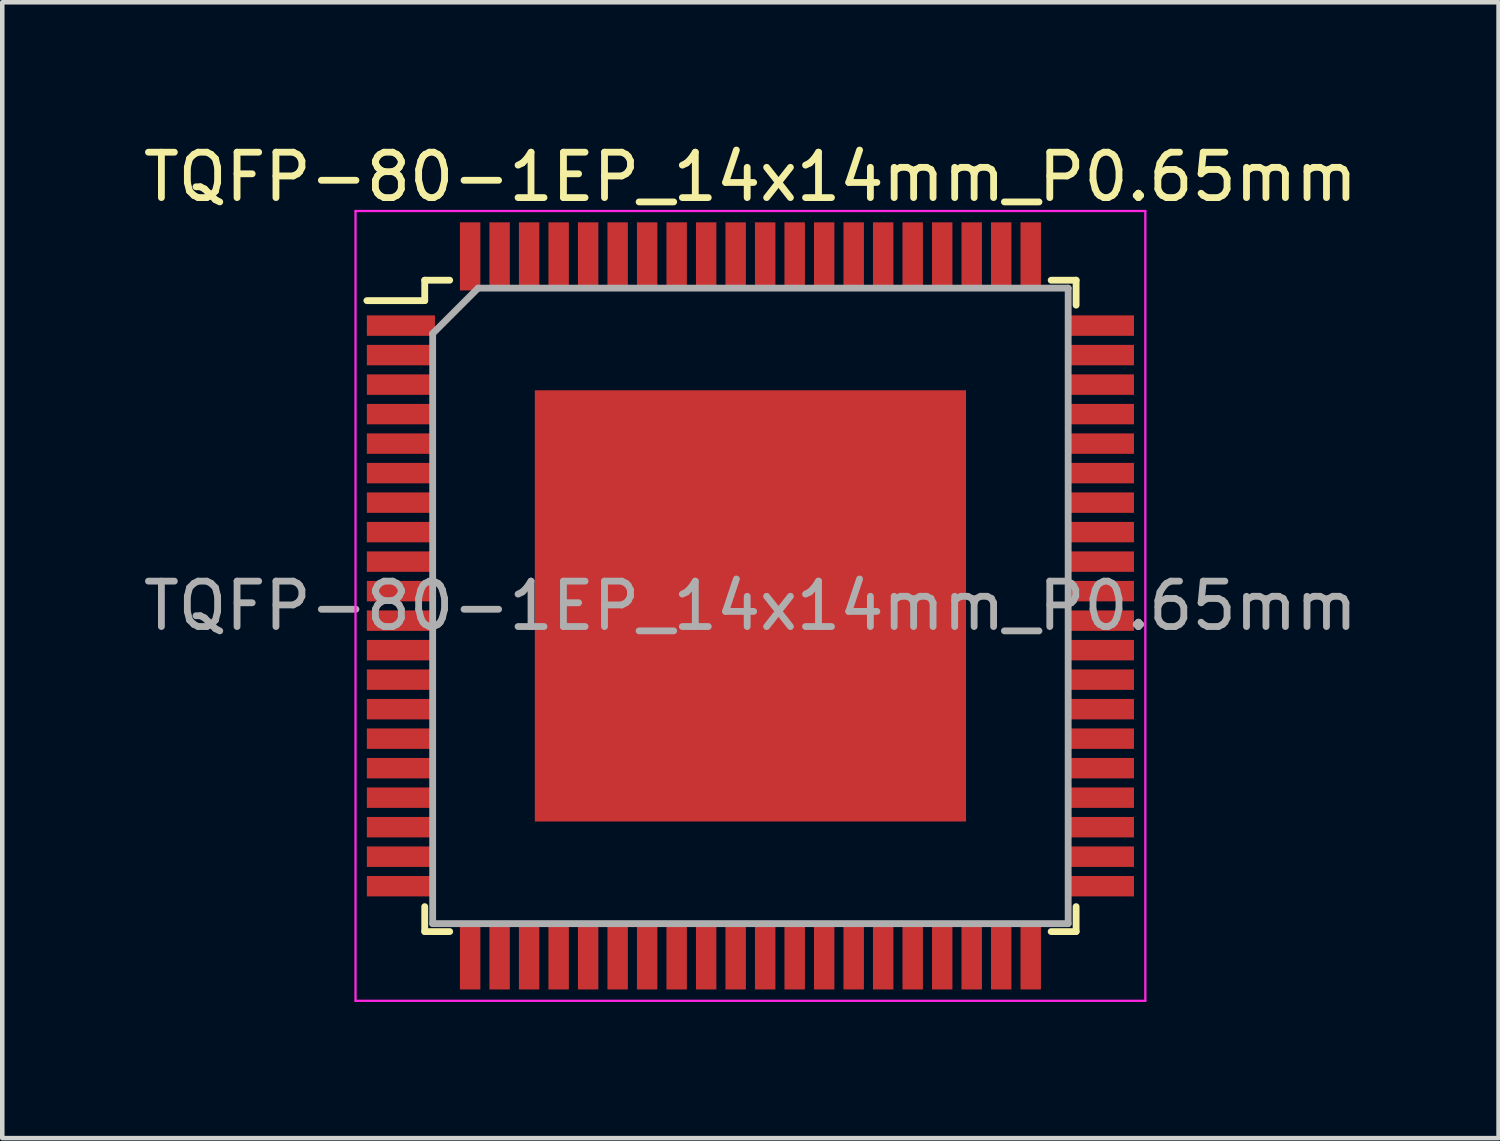
<source format=kicad_pcb>
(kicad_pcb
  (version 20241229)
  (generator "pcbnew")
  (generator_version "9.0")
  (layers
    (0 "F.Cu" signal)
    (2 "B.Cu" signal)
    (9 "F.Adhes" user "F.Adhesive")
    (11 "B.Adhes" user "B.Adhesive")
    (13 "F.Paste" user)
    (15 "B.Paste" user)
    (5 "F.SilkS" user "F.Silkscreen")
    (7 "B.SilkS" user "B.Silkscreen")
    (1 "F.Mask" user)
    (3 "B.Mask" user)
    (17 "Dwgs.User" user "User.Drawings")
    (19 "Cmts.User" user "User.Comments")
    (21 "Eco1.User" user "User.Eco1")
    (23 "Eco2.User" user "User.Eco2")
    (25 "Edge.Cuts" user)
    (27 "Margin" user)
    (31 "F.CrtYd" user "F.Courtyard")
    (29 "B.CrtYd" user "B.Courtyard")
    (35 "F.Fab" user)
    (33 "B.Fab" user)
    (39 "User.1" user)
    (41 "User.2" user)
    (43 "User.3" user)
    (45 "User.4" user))
  (footprint "TQFP-80-1EP_14x14mm_P0.65mm"
    (layer "F.Cu")
    (at 13.482 10.298)
    (property "Reference" "TQFP-80-1EP_14x14mm_P0.65mm" (at 0 -9.45 0) (layer "F.SilkS") (effects (font (size 1 1) (thickness 0.15))))
    (attr smd)
    (fp_line (start -7.175 -7.175) (end -7.175 -6.725) (stroke (width 0.15) (type solid)) (layer "F.SilkS"))
    (fp_line (start -7.175 -7.175) (end -6.625 -7.175) (stroke (width 0.15) (type solid)) (layer "F.SilkS"))
    (fp_line (start -7.175 -6.725) (end -8.45 -6.725) (stroke (width 0.15) (type solid)) (layer "F.SilkS"))
    (fp_line (start -7.175 7.175) (end -7.175 6.625) (stroke (width 0.15) (type solid)) (layer "F.SilkS"))
    (fp_line (start -7.175 7.175) (end -6.625 7.175) (stroke (width 0.15) (type solid)) (layer "F.SilkS"))
    (fp_line (start 7.175 -7.175) (end 6.625 -7.175) (stroke (width 0.15) (type solid)) (layer "F.SilkS"))
    (fp_line (start 7.175 -7.175) (end 7.175 -6.625) (stroke (width 0.15) (type solid)) (layer "F.SilkS"))
    (fp_line (start 7.175 7.175) (end 6.625 7.175) (stroke (width 0.15) (type solid)) (layer "F.SilkS"))
    (fp_line (start 7.175 7.175) (end 7.175 6.625) (stroke (width 0.15) (type solid)) (layer "F.SilkS"))
    (fp_line (start -8.7 -8.7) (end -8.7 8.7) (stroke (width 0.05) (type solid)) (layer "F.CrtYd"))
    (fp_line (start -8.7 -8.7) (end 8.7 -8.7) (stroke (width 0.05) (type solid)) (layer "F.CrtYd"))
    (fp_line (start -8.7 8.7) (end 8.7 8.7) (stroke (width 0.05) (type solid)) (layer "F.CrtYd"))
    (fp_line (start 8.7 -8.7) (end 8.7 8.7) (stroke (width 0.05) (type solid)) (layer "F.CrtYd"))
    (fp_line (start -7 -6) (end -6 -7) (stroke (width 0.15) (type solid)) (layer "F.Fab"))
    (fp_line (start -7 7) (end -7 -6) (stroke (width 0.15) (type solid)) (layer "F.Fab"))
    (fp_line (start -6 -7) (end 7 -7) (stroke (width 0.15) (type solid)) (layer "F.Fab"))
    (fp_line (start 7 -7) (end 7 7) (stroke (width 0.15) (type solid)) (layer "F.Fab"))
    (fp_line (start 7 7) (end -7 7) (stroke (width 0.15) (type solid)) (layer "F.Fab"))
    (fp_text user "${REFERENCE}" (at 0 0 0) (layer "F.Fab") (effects (font (size 1 1) (thickness 0.15))))
    (pad "" smd rect (at -2.375 -2.375) (size 3.8 3.8) (layers "F.Paste"))
    (pad "" smd rect (at -2.375 2.375) (size 3.8 3.8) (layers "F.Paste"))
    (pad "" smd rect (at 2.375 -2.375) (size 3.8 3.8) (layers "F.Paste"))
    (pad "" smd rect (at 2.375 2.375) (size 3.8 3.8) (layers "F.Paste"))
    (pad "1" smd rect (at -7.7 -6.175) (size 1.5 0.45) (layers "F.Cu" "F.Mask" "F.Paste"))
    (pad "2" smd rect (at -7.7 -5.525) (size 1.5 0.45) (layers "F.Cu" "F.Mask" "F.Paste"))
    (pad "3" smd rect (at -7.7 -4.875) (size 1.5 0.45) (layers "F.Cu" "F.Mask" "F.Paste"))
    (pad "4" smd rect (at -7.7 -4.225) (size 1.5 0.45) (layers "F.Cu" "F.Mask" "F.Paste"))
    (pad "5" smd rect (at -7.7 -3.575) (size 1.5 0.45) (layers "F.Cu" "F.Mask" "F.Paste"))
    (pad "6" smd rect (at -7.7 -2.925) (size 1.5 0.45) (layers "F.Cu" "F.Mask" "F.Paste"))
    (pad "7" smd rect (at -7.7 -2.275) (size 1.5 0.45) (layers "F.Cu" "F.Mask" "F.Paste"))
    (pad "8" smd rect (at -7.7 -1.625) (size 1.5 0.45) (layers "F.Cu" "F.Mask" "F.Paste"))
    (pad "9" smd rect (at -7.7 -0.975) (size 1.5 0.45) (layers "F.Cu" "F.Mask" "F.Paste"))
    (pad "10" smd rect (at -7.7 -0.325) (size 1.5 0.45) (layers "F.Cu" "F.Mask" "F.Paste"))
    (pad "11" smd rect (at -7.7 0.325) (size 1.5 0.45) (layers "F.Cu" "F.Mask" "F.Paste"))
    (pad "12" smd rect (at -7.7 0.975) (size 1.5 0.45) (layers "F.Cu" "F.Mask" "F.Paste"))
    (pad "13" smd rect (at -7.7 1.625) (size 1.5 0.45) (layers "F.Cu" "F.Mask" "F.Paste"))
    (pad "14" smd rect (at -7.7 2.275) (size 1.5 0.45) (layers "F.Cu" "F.Mask" "F.Paste"))
    (pad "15" smd rect (at -7.7 2.925) (size 1.5 0.45) (layers "F.Cu" "F.Mask" "F.Paste"))
    (pad "16" smd rect (at -7.7 3.575) (size 1.5 0.45) (layers "F.Cu" "F.Mask" "F.Paste"))
    (pad "17" smd rect (at -7.7 4.225) (size 1.5 0.45) (layers "F.Cu" "F.Mask" "F.Paste"))
    (pad "18" smd rect (at -7.7 4.875) (size 1.5 0.45) (layers "F.Cu" "F.Mask" "F.Paste"))
    (pad "19" smd rect (at -7.7 5.525) (size 1.5 0.45) (layers "F.Cu" "F.Mask" "F.Paste"))
    (pad "20" smd rect (at -7.7 6.175) (size 1.5 0.45) (layers "F.Cu" "F.Mask" "F.Paste"))
    (pad "21" smd rect (at -6.175 7.7 90) (size 1.5 0.45) (layers "F.Cu" "F.Mask" "F.Paste"))
    (pad "22" smd rect (at -5.525 7.7 90) (size 1.5 0.45) (layers "F.Cu" "F.Mask" "F.Paste"))
    (pad "23" smd rect (at -4.875 7.7 90) (size 1.5 0.45) (layers "F.Cu" "F.Mask" "F.Paste"))
    (pad "24" smd rect (at -4.225 7.7 90) (size 1.5 0.45) (layers "F.Cu" "F.Mask" "F.Paste"))
    (pad "25" smd rect (at -3.575 7.7 90) (size 1.5 0.45) (layers "F.Cu" "F.Mask" "F.Paste"))
    (pad "26" smd rect (at -2.925 7.7 90) (size 1.5 0.45) (layers "F.Cu" "F.Mask" "F.Paste"))
    (pad "27" smd rect (at -2.275 7.7 90) (size 1.5 0.45) (layers "F.Cu" "F.Mask" "F.Paste"))
    (pad "28" smd rect (at -1.625 7.7 90) (size 1.5 0.45) (layers "F.Cu" "F.Mask" "F.Paste"))
    (pad "29" smd rect (at -0.975 7.7 90) (size 1.5 0.45) (layers "F.Cu" "F.Mask" "F.Paste"))
    (pad "30" smd rect (at -0.325 7.7 90) (size 1.5 0.45) (layers "F.Cu" "F.Mask" "F.Paste"))
    (pad "31" smd rect (at 0.325 7.7 90) (size 1.5 0.45) (layers "F.Cu" "F.Mask" "F.Paste"))
    (pad "32" smd rect (at 0.975 7.7 90) (size 1.5 0.45) (layers "F.Cu" "F.Mask" "F.Paste"))
    (pad "33" smd rect (at 1.625 7.7 90) (size 1.5 0.45) (layers "F.Cu" "F.Mask" "F.Paste"))
    (pad "34" smd rect (at 2.275 7.7 90) (size 1.5 0.45) (layers "F.Cu" "F.Mask" "F.Paste"))
    (pad "35" smd rect (at 2.925 7.7 90) (size 1.5 0.45) (layers "F.Cu" "F.Mask" "F.Paste"))
    (pad "36" smd rect (at 3.575 7.7 90) (size 1.5 0.45) (layers "F.Cu" "F.Mask" "F.Paste"))
    (pad "37" smd rect (at 4.225 7.7 90) (size 1.5 0.45) (layers "F.Cu" "F.Mask" "F.Paste"))
    (pad "38" smd rect (at 4.875 7.7 90) (size 1.5 0.45) (layers "F.Cu" "F.Mask" "F.Paste"))
    (pad "39" smd rect (at 5.525 7.7 90) (size 1.5 0.45) (layers "F.Cu" "F.Mask" "F.Paste"))
    (pad "40" smd rect (at 6.175 7.7 90) (size 1.5 0.45) (layers "F.Cu" "F.Mask" "F.Paste"))
    (pad "41" smd rect (at 7.7 6.175) (size 1.5 0.45) (layers "F.Cu" "F.Mask" "F.Paste"))
    (pad "42" smd rect (at 7.7 5.525) (size 1.5 0.45) (layers "F.Cu" "F.Mask" "F.Paste"))
    (pad "43" smd rect (at 7.7 4.875) (size 1.5 0.45) (layers "F.Cu" "F.Mask" "F.Paste"))
    (pad "44" smd rect (at 7.7 4.225) (size 1.5 0.45) (layers "F.Cu" "F.Mask" "F.Paste"))
    (pad "45" smd rect (at 7.7 3.575) (size 1.5 0.45) (layers "F.Cu" "F.Mask" "F.Paste"))
    (pad "46" smd rect (at 7.7 2.925) (size 1.5 0.45) (layers "F.Cu" "F.Mask" "F.Paste"))
    (pad "47" smd rect (at 7.7 2.275) (size 1.5 0.45) (layers "F.Cu" "F.Mask" "F.Paste"))
    (pad "48" smd rect (at 7.7 1.625) (size 1.5 0.45) (layers "F.Cu" "F.Mask" "F.Paste"))
    (pad "49" smd rect (at 7.7 0.975) (size 1.5 0.45) (layers "F.Cu" "F.Mask" "F.Paste"))
    (pad "50" smd rect (at 7.7 0.325) (size 1.5 0.45) (layers "F.Cu" "F.Mask" "F.Paste"))
    (pad "51" smd rect (at 7.7 -0.325) (size 1.5 0.45) (layers "F.Cu" "F.Mask" "F.Paste"))
    (pad "52" smd rect (at 7.7 -0.975) (size 1.5 0.45) (layers "F.Cu" "F.Mask" "F.Paste"))
    (pad "53" smd rect (at 7.7 -1.625) (size 1.5 0.45) (layers "F.Cu" "F.Mask" "F.Paste"))
    (pad "54" smd rect (at 7.7 -2.275) (size 1.5 0.45) (layers "F.Cu" "F.Mask" "F.Paste"))
    (pad "55" smd rect (at 7.7 -2.925) (size 1.5 0.45) (layers "F.Cu" "F.Mask" "F.Paste"))
    (pad "56" smd rect (at 7.7 -3.575) (size 1.5 0.45) (layers "F.Cu" "F.Mask" "F.Paste"))
    (pad "57" smd rect (at 7.7 -4.225) (size 1.5 0.45) (layers "F.Cu" "F.Mask" "F.Paste"))
    (pad "58" smd rect (at 7.7 -4.875) (size 1.5 0.45) (layers "F.Cu" "F.Mask" "F.Paste"))
    (pad "59" smd rect (at 7.7 -5.525) (size 1.5 0.45) (layers "F.Cu" "F.Mask" "F.Paste"))
    (pad "60" smd rect (at 7.7 -6.175) (size 1.5 0.45) (layers "F.Cu" "F.Mask" "F.Paste"))
    (pad "61" smd rect (at 6.175 -7.7 90) (size 1.5 0.45) (layers "F.Cu" "F.Mask" "F.Paste"))
    (pad "62" smd rect (at 5.525 -7.7 90) (size 1.5 0.45) (layers "F.Cu" "F.Mask" "F.Paste"))
    (pad "63" smd rect (at 4.875 -7.7 90) (size 1.5 0.45) (layers "F.Cu" "F.Mask" "F.Paste"))
    (pad "64" smd rect (at 4.225 -7.7 90) (size 1.5 0.45) (layers "F.Cu" "F.Mask" "F.Paste"))
    (pad "65" smd rect (at 3.575 -7.7 90) (size 1.5 0.45) (layers "F.Cu" "F.Mask" "F.Paste"))
    (pad "66" smd rect (at 2.925 -7.7 90) (size 1.5 0.45) (layers "F.Cu" "F.Mask" "F.Paste"))
    (pad "67" smd rect (at 2.275 -7.7 90) (size 1.5 0.45) (layers "F.Cu" "F.Mask" "F.Paste"))
    (pad "68" smd rect (at 1.625 -7.7 90) (size 1.5 0.45) (layers "F.Cu" "F.Mask" "F.Paste"))
    (pad "69" smd rect (at 0.975 -7.7 90) (size 1.5 0.45) (layers "F.Cu" "F.Mask" "F.Paste"))
    (pad "70" smd rect (at 0.325 -7.7 90) (size 1.5 0.45) (layers "F.Cu" "F.Mask" "F.Paste"))
    (pad "71" smd rect (at -0.325 -7.7 90) (size 1.5 0.45) (layers "F.Cu" "F.Mask" "F.Paste"))
    (pad "72" smd rect (at -0.975 -7.7 90) (size 1.5 0.45) (layers "F.Cu" "F.Mask" "F.Paste"))
    (pad "73" smd rect (at -1.625 -7.7 90) (size 1.5 0.45) (layers "F.Cu" "F.Mask" "F.Paste"))
    (pad "74" smd rect (at -2.275 -7.7 90) (size 1.5 0.45) (layers "F.Cu" "F.Mask" "F.Paste"))
    (pad "75" smd rect (at -2.925 -7.7 90) (size 1.5 0.45) (layers "F.Cu" "F.Mask" "F.Paste"))
    (pad "76" smd rect (at -3.575 -7.7 90) (size 1.5 0.45) (layers "F.Cu" "F.Mask" "F.Paste"))
    (pad "77" smd rect (at -4.225 -7.7 90) (size 1.5 0.45) (layers "F.Cu" "F.Mask" "F.Paste"))
    (pad "78" smd rect (at -4.875 -7.7 90) (size 1.5 0.45) (layers "F.Cu" "F.Mask" "F.Paste"))
    (pad "79" smd rect (at -5.525 -7.7 90) (size 1.5 0.45) (layers "F.Cu" "F.Mask" "F.Paste"))
    (pad "80" smd rect (at -6.175 -7.7 90) (size 1.5 0.45) (layers "F.Cu" "F.Mask" "F.Paste"))
    (pad "81" smd rect (at 0 0) (size 9.5 9.5) (layers "F.Cu" "F.Mask")))
  (gr_rect
    (start -3 -3)
    (end 29.964 22.023)
    (stroke (width 0.1) (type default))
    (fill no)
    (layer "Edge.Cuts")))
</source>
